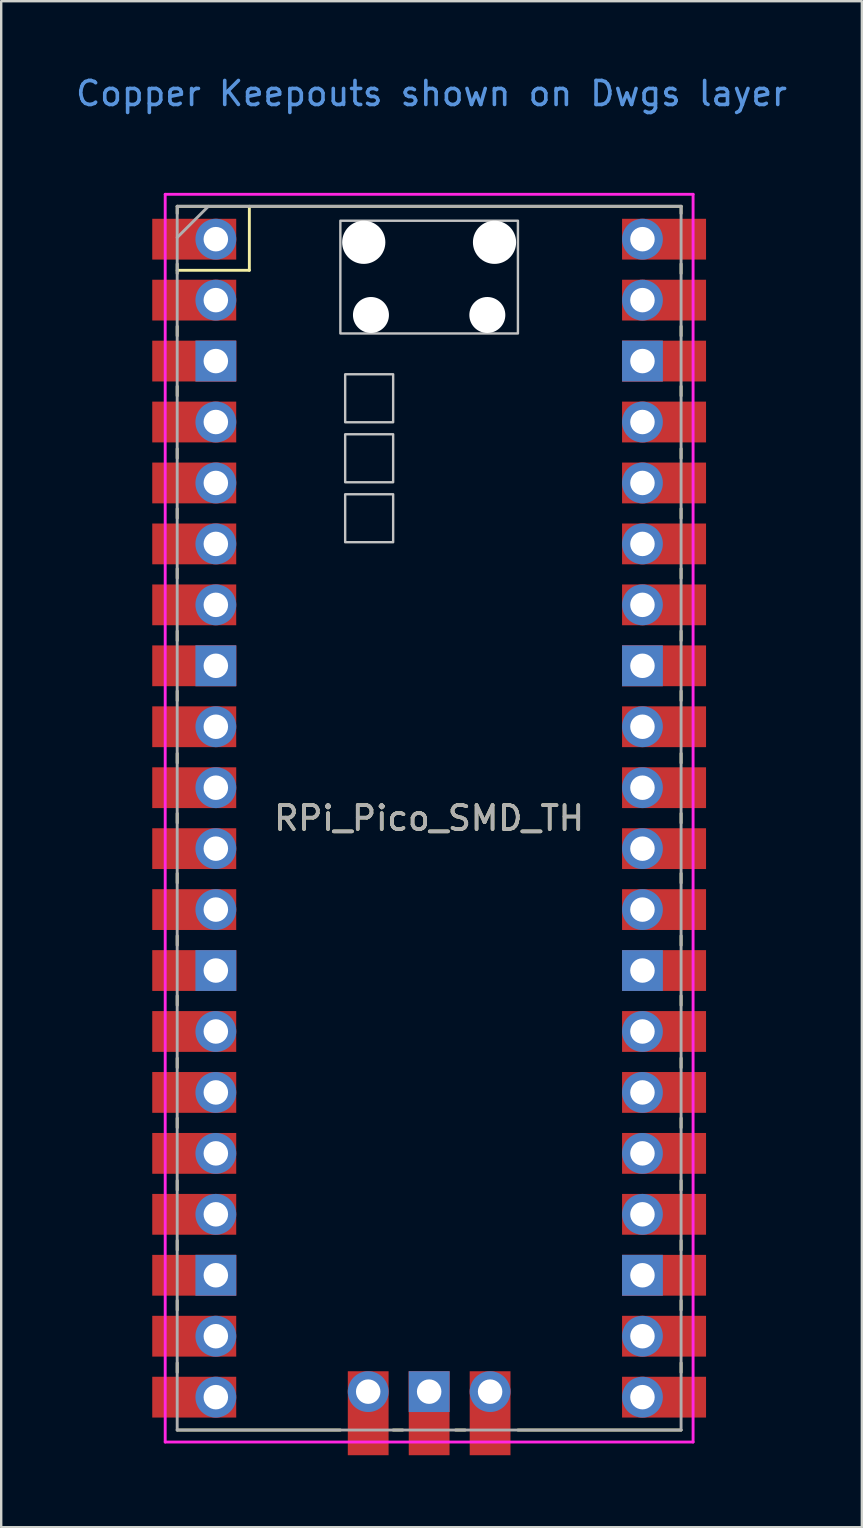
<source format=kicad_pcb>
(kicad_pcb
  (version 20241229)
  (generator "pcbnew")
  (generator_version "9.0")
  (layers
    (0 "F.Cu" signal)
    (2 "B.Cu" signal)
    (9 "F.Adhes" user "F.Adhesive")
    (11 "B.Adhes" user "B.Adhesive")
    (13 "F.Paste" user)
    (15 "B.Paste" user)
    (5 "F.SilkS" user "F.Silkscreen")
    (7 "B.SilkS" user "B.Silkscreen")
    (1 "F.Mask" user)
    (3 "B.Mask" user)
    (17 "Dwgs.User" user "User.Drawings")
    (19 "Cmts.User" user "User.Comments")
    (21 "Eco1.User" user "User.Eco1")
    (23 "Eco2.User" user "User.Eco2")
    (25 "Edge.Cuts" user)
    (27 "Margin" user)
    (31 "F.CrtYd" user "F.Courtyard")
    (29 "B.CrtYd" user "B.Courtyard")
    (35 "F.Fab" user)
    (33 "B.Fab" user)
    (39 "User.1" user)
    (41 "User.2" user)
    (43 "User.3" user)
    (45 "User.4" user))
  (footprint "RPi_Pico_SMD_TH"
    (layer "F.Cu")
    (at 14.835 31.048)
    (property "Reference" "RPi_Pico_SMD_TH" (at 0 0 0) (layer "F.SilkS") (effects (font (size 1 1) (thickness 0.15))))
    (attr through_hole)
    (fp_line (start -10.5 -25.5) (end -10.5 -25.2) (stroke (width 0.12) (type solid)) (layer "F.SilkS"))
    (fp_line (start -10.5 -25.5) (end 10.5 -25.5) (stroke (width 0.12) (type solid)) (layer "F.SilkS"))
    (fp_line (start -10.5 -23.1) (end -10.5 -22.7) (stroke (width 0.12) (type solid)) (layer "F.SilkS"))
    (fp_line (start -10.5 -22.833) (end -7.493 -22.833) (stroke (width 0.12) (type solid)) (layer "F.SilkS"))
    (fp_line (start -10.5 -20.5) (end -10.5 -20.1) (stroke (width 0.12) (type solid)) (layer "F.SilkS"))
    (fp_line (start -10.5 -18) (end -10.5 -17.6) (stroke (width 0.12) (type solid)) (layer "F.SilkS"))
    (fp_line (start -10.5 -15.4) (end -10.5 -15) (stroke (width 0.12) (type solid)) (layer "F.SilkS"))
    (fp_line (start -10.5 -12.9) (end -10.5 -12.5) (stroke (width 0.12) (type solid)) (layer "F.SilkS"))
    (fp_line (start -10.5 -10.4) (end -10.5 -10) (stroke (width 0.12) (type solid)) (layer "F.SilkS"))
    (fp_line (start -10.5 -7.8) (end -10.5 -7.4) (stroke (width 0.12) (type solid)) (layer "F.SilkS"))
    (fp_line (start -10.5 -5.3) (end -10.5 -4.9) (stroke (width 0.12) (type solid)) (layer "F.SilkS"))
    (fp_line (start -10.5 -2.7) (end -10.5 -2.3) (stroke (width 0.12) (type solid)) (layer "F.SilkS"))
    (fp_line (start -10.5 -0.2) (end -10.5 0.2) (stroke (width 0.12) (type solid)) (layer "F.SilkS"))
    (fp_line (start -10.5 2.3) (end -10.5 2.7) (stroke (width 0.12) (type solid)) (layer "F.SilkS"))
    (fp_line (start -10.5 4.9) (end -10.5 5.3) (stroke (width 0.12) (type solid)) (layer "F.SilkS"))
    (fp_line (start -10.5 7.4) (end -10.5 7.8) (stroke (width 0.12) (type solid)) (layer "F.SilkS"))
    (fp_line (start -10.5 10) (end -10.5 10.4) (stroke (width 0.12) (type solid)) (layer "F.SilkS"))
    (fp_line (start -10.5 12.5) (end -10.5 12.9) (stroke (width 0.12) (type solid)) (layer "F.SilkS"))
    (fp_line (start -10.5 15.1) (end -10.5 15.5) (stroke (width 0.12) (type solid)) (layer "F.SilkS"))
    (fp_line (start -10.5 17.6) (end -10.5 18) (stroke (width 0.12) (type solid)) (layer "F.SilkS"))
    (fp_line (start -10.5 20.1) (end -10.5 20.5) (stroke (width 0.12) (type solid)) (layer "F.SilkS"))
    (fp_line (start -10.5 22.7) (end -10.5 23.1) (stroke (width 0.12) (type solid)) (layer "F.SilkS"))
    (fp_line (start -7.493 -22.833) (end -7.493 -25.5) (stroke (width 0.12) (type solid)) (layer "F.SilkS"))
    (fp_line (start -3.7 25.5) (end -10.5 25.5) (stroke (width 0.12) (type solid)) (layer "F.SilkS"))
    (fp_line (start -1.5 25.5) (end -1.1 25.5) (stroke (width 0.12) (type solid)) (layer "F.SilkS"))
    (fp_line (start 1.1 25.5) (end 1.5 25.5) (stroke (width 0.12) (type solid)) (layer "F.SilkS"))
    (fp_line (start 10.5 -25.5) (end 10.5 -25.2) (stroke (width 0.12) (type solid)) (layer "F.SilkS"))
    (fp_line (start 10.5 -23.1) (end 10.5 -22.7) (stroke (width 0.12) (type solid)) (layer "F.SilkS"))
    (fp_line (start 10.5 -20.5) (end 10.5 -20.1) (stroke (width 0.12) (type solid)) (layer "F.SilkS"))
    (fp_line (start 10.5 -18) (end 10.5 -17.6) (stroke (width 0.12) (type solid)) (layer "F.SilkS"))
    (fp_line (start 10.5 -15.4) (end 10.5 -15) (stroke (width 0.12) (type solid)) (layer "F.SilkS"))
    (fp_line (start 10.5 -12.9) (end 10.5 -12.5) (stroke (width 0.12) (type solid)) (layer "F.SilkS"))
    (fp_line (start 10.5 -10.4) (end 10.5 -10) (stroke (width 0.12) (type solid)) (layer "F.SilkS"))
    (fp_line (start 10.5 -7.8) (end 10.5 -7.4) (stroke (width 0.12) (type solid)) (layer "F.SilkS"))
    (fp_line (start 10.5 -5.3) (end 10.5 -4.9) (stroke (width 0.12) (type solid)) (layer "F.SilkS"))
    (fp_line (start 10.5 -2.7) (end 10.5 -2.3) (stroke (width 0.12) (type solid)) (layer "F.SilkS"))
    (fp_line (start 10.5 -0.2) (end 10.5 0.2) (stroke (width 0.12) (type solid)) (layer "F.SilkS"))
    (fp_line (start 10.5 2.3) (end 10.5 2.7) (stroke (width 0.12) (type solid)) (layer "F.SilkS"))
    (fp_line (start 10.5 4.9) (end 10.5 5.3) (stroke (width 0.12) (type solid)) (layer "F.SilkS"))
    (fp_line (start 10.5 7.4) (end 10.5 7.8) (stroke (width 0.12) (type solid)) (layer "F.SilkS"))
    (fp_line (start 10.5 10) (end 10.5 10.4) (stroke (width 0.12) (type solid)) (layer "F.SilkS"))
    (fp_line (start 10.5 12.5) (end 10.5 12.9) (stroke (width 0.12) (type solid)) (layer "F.SilkS"))
    (fp_line (start 10.5 15.1) (end 10.5 15.5) (stroke (width 0.12) (type solid)) (layer "F.SilkS"))
    (fp_line (start 10.5 17.6) (end 10.5 18) (stroke (width 0.12) (type solid)) (layer "F.SilkS"))
    (fp_line (start 10.5 20.1) (end 10.5 20.5) (stroke (width 0.12) (type solid)) (layer "F.SilkS"))
    (fp_line (start 10.5 22.7) (end 10.5 23.1) (stroke (width 0.12) (type solid)) (layer "F.SilkS"))
    (fp_line (start 10.5 25.5) (end 3.7 25.5) (stroke (width 0.12) (type solid)) (layer "F.SilkS"))
    (fp_poly (pts (xy -1.5 -16.5) (xy -3.5 -16.5) (xy -3.5 -18.5) (xy -1.5 -18.5)) (stroke (width 0.1) (type solid)) (fill no) (layer "Dwgs.User"))
    (fp_poly (pts (xy -1.5 -14) (xy -3.5 -14) (xy -3.5 -16) (xy -1.5 -16)) (stroke (width 0.1) (type solid)) (fill no) (layer "Dwgs.User"))
    (fp_poly (pts (xy -1.5 -11.5) (xy -3.5 -11.5) (xy -3.5 -13.5) (xy -1.5 -13.5)) (stroke (width 0.1) (type solid)) (fill no) (layer "Dwgs.User"))
    (fp_poly (pts (xy 3.7 -20.2) (xy -3.7 -20.2) (xy -3.7 -24.9) (xy 3.7 -24.9)) (stroke (width 0.1) (type solid)) (fill no) (layer "Dwgs.User"))
    (fp_line (start -11 -26) (end 11 -26) (stroke (width 0.12) (type solid)) (layer "F.CrtYd"))
    (fp_line (start -11 26) (end -11 -26) (stroke (width 0.12) (type solid)) (layer "F.CrtYd"))
    (fp_line (start 11 -26) (end 11 26) (stroke (width 0.12) (type solid)) (layer "F.CrtYd"))
    (fp_line (start 11 26) (end -11 26) (stroke (width 0.12) (type solid)) (layer "F.CrtYd"))
    (fp_line (start -10.5 -25.5) (end 10.5 -25.5) (stroke (width 0.12) (type solid)) (layer "F.Fab"))
    (fp_line (start -10.5 -24.2) (end -9.2 -25.5) (stroke (width 0.12) (type solid)) (layer "F.Fab"))
    (fp_line (start -10.5 25.5) (end -10.5 -25.5) (stroke (width 0.12) (type solid)) (layer "F.Fab"))
    (fp_line (start 10.5 -25.5) (end 10.5 25.5) (stroke (width 0.12) (type solid)) (layer "F.Fab"))
    (fp_line (start 10.5 25.5) (end -10.5 25.5) (stroke (width 0.12) (type solid)) (layer "F.Fab"))
    (fp_text user "Copper Keepouts shown on Dwgs layer" (at 0.1 -30.2 0) (layer "Cmts.User") (effects (font (size 1 1) (thickness 0.15))))
    (fp_text user "${REFERENCE}" (at 0 0 180) (layer "F.Fab") (effects (font (size 1 1) (thickness 0.15))))
    (pad "" np_thru_hole oval (at -2.725 -24) (size 1.8 1.8) (drill 1.8) (layers "*.Cu" "*.Mask"))
    (pad "" np_thru_hole oval (at -2.425 -20.97) (size 1.5 1.5) (drill 1.5) (layers "*.Cu" "*.Mask"))
    (pad "" np_thru_hole oval (at 2.425 -20.97) (size 1.5 1.5) (drill 1.5) (layers "*.Cu" "*.Mask"))
    (pad "" np_thru_hole oval (at 2.725 -24) (size 1.8 1.8) (drill 1.8) (layers "*.Cu" "*.Mask"))
    (pad "1" thru_hole oval (at -8.89 -24.13) (size 1.7 1.7) (drill 1.02) (layers "*.Cu" "*.Mask"))
    (pad "1" smd rect (at -8.89 -24.13) (size 3.5 1.7) (drill (offset -0.9 0)) (layers "F.Cu" "F.Mask"))
    (pad "2" thru_hole oval (at -8.89 -21.59) (size 1.7 1.7) (drill 1.02) (layers "*.Cu" "*.Mask"))
    (pad "2" smd rect (at -8.89 -21.59) (size 3.5 1.7) (drill (offset -0.9 0)) (layers "F.Cu" "F.Mask"))
    (pad "3" thru_hole rect (at -8.89 -19.05) (size 1.7 1.7) (drill 1.02) (layers "*.Cu" "*.Mask"))
    (pad "3" smd rect (at -8.89 -19.05) (size 3.5 1.7) (drill (offset -0.9 0)) (layers "F.Cu" "F.Mask"))
    (pad "4" thru_hole oval (at -8.89 -16.51) (size 1.7 1.7) (drill 1.02) (layers "*.Cu" "*.Mask"))
    (pad "4" smd rect (at -8.89 -16.51) (size 3.5 1.7) (drill (offset -0.9 0)) (layers "F.Cu" "F.Mask"))
    (pad "5" thru_hole oval (at -8.89 -13.97) (size 1.7 1.7) (drill 1.02) (layers "*.Cu" "*.Mask"))
    (pad "5" smd rect (at -8.89 -13.97) (size 3.5 1.7) (drill (offset -0.9 0)) (layers "F.Cu" "F.Mask"))
    (pad "6" thru_hole oval (at -8.89 -11.43) (size 1.7 1.7) (drill 1.02) (layers "*.Cu" "*.Mask"))
    (pad "6" smd rect (at -8.89 -11.43) (size 3.5 1.7) (drill (offset -0.9 0)) (layers "F.Cu" "F.Mask"))
    (pad "7" thru_hole oval (at -8.89 -8.89) (size 1.7 1.7) (drill 1.02) (layers "*.Cu" "*.Mask"))
    (pad "7" smd rect (at -8.89 -8.89) (size 3.5 1.7) (drill (offset -0.9 0)) (layers "F.Cu" "F.Mask"))
    (pad "8" thru_hole rect (at -8.89 -6.35) (size 1.7 1.7) (drill 1.02) (layers "*.Cu" "*.Mask"))
    (pad "8" smd rect (at -8.89 -6.35) (size 3.5 1.7) (drill (offset -0.9 0)) (layers "F.Cu" "F.Mask"))
    (pad "9" thru_hole oval (at -8.89 -3.81) (size 1.7 1.7) (drill 1.02) (layers "*.Cu" "*.Mask"))
    (pad "9" smd rect (at -8.89 -3.81) (size 3.5 1.7) (drill (offset -0.9 0)) (layers "F.Cu" "F.Mask"))
    (pad "10" thru_hole oval (at -8.89 -1.27) (size 1.7 1.7) (drill 1.02) (layers "*.Cu" "*.Mask"))
    (pad "10" smd rect (at -8.89 -1.27) (size 3.5 1.7) (drill (offset -0.9 0)) (layers "F.Cu" "F.Mask"))
    (pad "11" thru_hole oval (at -8.89 1.27) (size 1.7 1.7) (drill 1.02) (layers "*.Cu" "*.Mask"))
    (pad "11" smd rect (at -8.89 1.27) (size 3.5 1.7) (drill (offset -0.9 0)) (layers "F.Cu" "F.Mask"))
    (pad "12" thru_hole oval (at -8.89 3.81) (size 1.7 1.7) (drill 1.02) (layers "*.Cu" "*.Mask"))
    (pad "12" smd rect (at -8.89 3.81) (size 3.5 1.7) (drill (offset -0.9 0)) (layers "F.Cu" "F.Mask"))
    (pad "13" thru_hole rect (at -8.89 6.35) (size 1.7 1.7) (drill 1.02) (layers "*.Cu" "*.Mask"))
    (pad "13" smd rect (at -8.89 6.35) (size 3.5 1.7) (drill (offset -0.9 0)) (layers "F.Cu" "F.Mask"))
    (pad "14" thru_hole oval (at -8.89 8.89) (size 1.7 1.7) (drill 1.02) (layers "*.Cu" "*.Mask"))
    (pad "14" smd rect (at -8.89 8.89) (size 3.5 1.7) (drill (offset -0.9 0)) (layers "F.Cu" "F.Mask"))
    (pad "15" thru_hole oval (at -8.89 11.43) (size 1.7 1.7) (drill 1.02) (layers "*.Cu" "*.Mask"))
    (pad "15" smd rect (at -8.89 11.43) (size 3.5 1.7) (drill (offset -0.9 0)) (layers "F.Cu" "F.Mask"))
    (pad "16" thru_hole oval (at -8.89 13.97) (size 1.7 1.7) (drill 1.02) (layers "*.Cu" "*.Mask"))
    (pad "16" smd rect (at -8.89 13.97) (size 3.5 1.7) (drill (offset -0.9 0)) (layers "F.Cu" "F.Mask"))
    (pad "17" thru_hole oval (at -8.89 16.51) (size 1.7 1.7) (drill 1.02) (layers "*.Cu" "*.Mask"))
    (pad "17" smd rect (at -8.89 16.51) (size 3.5 1.7) (drill (offset -0.9 0)) (layers "F.Cu" "F.Mask"))
    (pad "18" thru_hole rect (at -8.89 19.05) (size 1.7 1.7) (drill 1.02) (layers "*.Cu" "*.Mask"))
    (pad "18" smd rect (at -8.89 19.05) (size 3.5 1.7) (drill (offset -0.9 0)) (layers "F.Cu" "F.Mask"))
    (pad "19" thru_hole oval (at -8.89 21.59) (size 1.7 1.7) (drill 1.02) (layers "*.Cu" "*.Mask"))
    (pad "19" smd rect (at -8.89 21.59) (size 3.5 1.7) (drill (offset -0.9 0)) (layers "F.Cu" "F.Mask"))
    (pad "20" thru_hole oval (at -8.89 24.13) (size 1.7 1.7) (drill 1.02) (layers "*.Cu" "*.Mask"))
    (pad "20" smd rect (at -8.89 24.13) (size 3.5 1.7) (drill (offset -0.9 0)) (layers "F.Cu" "F.Mask"))
    (pad "21" thru_hole oval (at 8.89 24.13) (size 1.7 1.7) (drill 1.02) (layers "*.Cu" "*.Mask"))
    (pad "21" smd rect (at 8.89 24.13) (size 3.5 1.7) (drill (offset 0.9 0)) (layers "F.Cu" "F.Mask"))
    (pad "22" thru_hole oval (at 8.89 21.59) (size 1.7 1.7) (drill 1.02) (layers "*.Cu" "*.Mask"))
    (pad "22" smd rect (at 8.89 21.59) (size 3.5 1.7) (drill (offset 0.9 0)) (layers "F.Cu" "F.Mask"))
    (pad "23" thru_hole rect (at 8.89 19.05) (size 1.7 1.7) (drill 1.02) (layers "*.Cu" "*.Mask"))
    (pad "23" smd rect (at 8.89 19.05) (size 3.5 1.7) (drill (offset 0.9 0)) (layers "F.Cu" "F.Mask"))
    (pad "24" thru_hole oval (at 8.89 16.51) (size 1.7 1.7) (drill 1.02) (layers "*.Cu" "*.Mask"))
    (pad "24" smd rect (at 8.89 16.51) (size 3.5 1.7) (drill (offset 0.9 0)) (layers "F.Cu" "F.Mask"))
    (pad "25" thru_hole oval (at 8.89 13.97) (size 1.7 1.7) (drill 1.02) (layers "*.Cu" "*.Mask"))
    (pad "25" smd rect (at 8.89 13.97) (size 3.5 1.7) (drill (offset 0.9 0)) (layers "F.Cu" "F.Mask"))
    (pad "26" thru_hole oval (at 8.89 11.43) (size 1.7 1.7) (drill 1.02) (layers "*.Cu" "*.Mask"))
    (pad "26" smd rect (at 8.89 11.43) (size 3.5 1.7) (drill (offset 0.9 0)) (layers "F.Cu" "F.Mask"))
    (pad "27" thru_hole oval (at 8.89 8.89) (size 1.7 1.7) (drill 1.02) (layers "*.Cu" "*.Mask"))
    (pad "27" smd rect (at 8.89 8.89) (size 3.5 1.7) (drill (offset 0.9 0)) (layers "F.Cu" "F.Mask"))
    (pad "28" thru_hole rect (at 8.89 6.35) (size 1.7 1.7) (drill 1.02) (layers "*.Cu" "*.Mask"))
    (pad "28" smd rect (at 8.89 6.35) (size 3.5 1.7) (drill (offset 0.9 0)) (layers "F.Cu" "F.Mask"))
    (pad "29" thru_hole oval (at 8.89 3.81) (size 1.7 1.7) (drill 1.02) (layers "*.Cu" "*.Mask"))
    (pad "29" smd rect (at 8.89 3.81) (size 3.5 1.7) (drill (offset 0.9 0)) (layers "F.Cu" "F.Mask"))
    (pad "30" thru_hole oval (at 8.89 1.27) (size 1.7 1.7) (drill 1.02) (layers "*.Cu" "*.Mask"))
    (pad "30" smd rect (at 8.89 1.27) (size 3.5 1.7) (drill (offset 0.9 0)) (layers "F.Cu" "F.Mask"))
    (pad "31" thru_hole oval (at 8.89 -1.27) (size 1.7 1.7) (drill 1.02) (layers "*.Cu" "*.Mask"))
    (pad "31" smd rect (at 8.89 -1.27) (size 3.5 1.7) (drill (offset 0.9 0)) (layers "F.Cu" "F.Mask"))
    (pad "32" thru_hole oval (at 8.89 -3.81) (size 1.7 1.7) (drill 1.02) (layers "*.Cu" "*.Mask"))
    (pad "32" smd rect (at 8.89 -3.81) (size 3.5 1.7) (drill (offset 0.9 0)) (layers "F.Cu" "F.Mask"))
    (pad "33" thru_hole rect (at 8.89 -6.35) (size 1.7 1.7) (drill 1.02) (layers "*.Cu" "*.Mask"))
    (pad "33" smd rect (at 8.89 -6.35) (size 3.5 1.7) (drill (offset 0.9 0)) (layers "F.Cu" "F.Mask"))
    (pad "34" thru_hole oval (at 8.89 -8.89) (size 1.7 1.7) (drill 1.02) (layers "*.Cu" "*.Mask"))
    (pad "34" smd rect (at 8.89 -8.89) (size 3.5 1.7) (drill (offset 0.9 0)) (layers "F.Cu" "F.Mask"))
    (pad "35" thru_hole oval (at 8.89 -11.43) (size 1.7 1.7) (drill 1.02) (layers "*.Cu" "*.Mask"))
    (pad "35" smd rect (at 8.89 -11.43) (size 3.5 1.7) (drill (offset 0.9 0)) (layers "F.Cu" "F.Mask"))
    (pad "36" thru_hole oval (at 8.89 -13.97) (size 1.7 1.7) (drill 1.02) (layers "*.Cu" "*.Mask"))
    (pad "36" smd rect (at 8.89 -13.97) (size 3.5 1.7) (drill (offset 0.9 0)) (layers "F.Cu" "F.Mask"))
    (pad "37" thru_hole oval (at 8.89 -16.51) (size 1.7 1.7) (drill 1.02) (layers "*.Cu" "*.Mask"))
    (pad "37" smd rect (at 8.89 -16.51) (size 3.5 1.7) (drill (offset 0.9 0)) (layers "F.Cu" "F.Mask"))
    (pad "38" thru_hole rect (at 8.89 -19.05) (size 1.7 1.7) (drill 1.02) (layers "*.Cu" "*.Mask"))
    (pad "38" smd rect (at 8.89 -19.05) (size 3.5 1.7) (drill (offset 0.9 0)) (layers "F.Cu" "F.Mask"))
    (pad "39" thru_hole oval (at 8.89 -21.59) (size 1.7 1.7) (drill 1.02) (layers "*.Cu" "*.Mask"))
    (pad "39" smd rect (at 8.89 -21.59) (size 3.5 1.7) (drill (offset 0.9 0)) (layers "F.Cu" "F.Mask"))
    (pad "40" thru_hole oval (at 8.89 -24.13) (size 1.7 1.7) (drill 1.02) (layers "*.Cu" "*.Mask"))
    (pad "40" smd rect (at 8.89 -24.13) (size 3.5 1.7) (drill (offset 0.9 0)) (layers "F.Cu" "F.Mask"))
    (pad "41" thru_hole oval (at -2.54 23.9) (size 1.7 1.7) (drill 1.02) (layers "*.Cu" "*.Mask"))
    (pad "41" smd rect (at -2.54 23.9 90) (size 3.5 1.7) (drill (offset -0.9 0)) (layers "F.Cu" "F.Mask"))
    (pad "42" thru_hole rect (at 0 23.9) (size 1.7 1.7) (drill 1.02) (layers "*.Cu" "*.Mask"))
    (pad "42" smd rect (at 0 23.9 90) (size 3.5 1.7) (drill (offset -0.9 0)) (layers "F.Cu" "F.Mask"))
    (pad "43" thru_hole oval (at 2.54 23.9) (size 1.7 1.7) (drill 1.02) (layers "*.Cu" "*.Mask"))
    (pad "43" smd rect (at 2.54 23.9 90) (size 3.5 1.7) (drill (offset -0.9 0)) (layers "F.Cu" "F.Mask")))
  (gr_rect
    (start -3 -3)
    (end 32.869 60.598)
    (stroke (width 0.1) (type default))
    (fill no)
    (layer "Edge.Cuts")))
</source>
